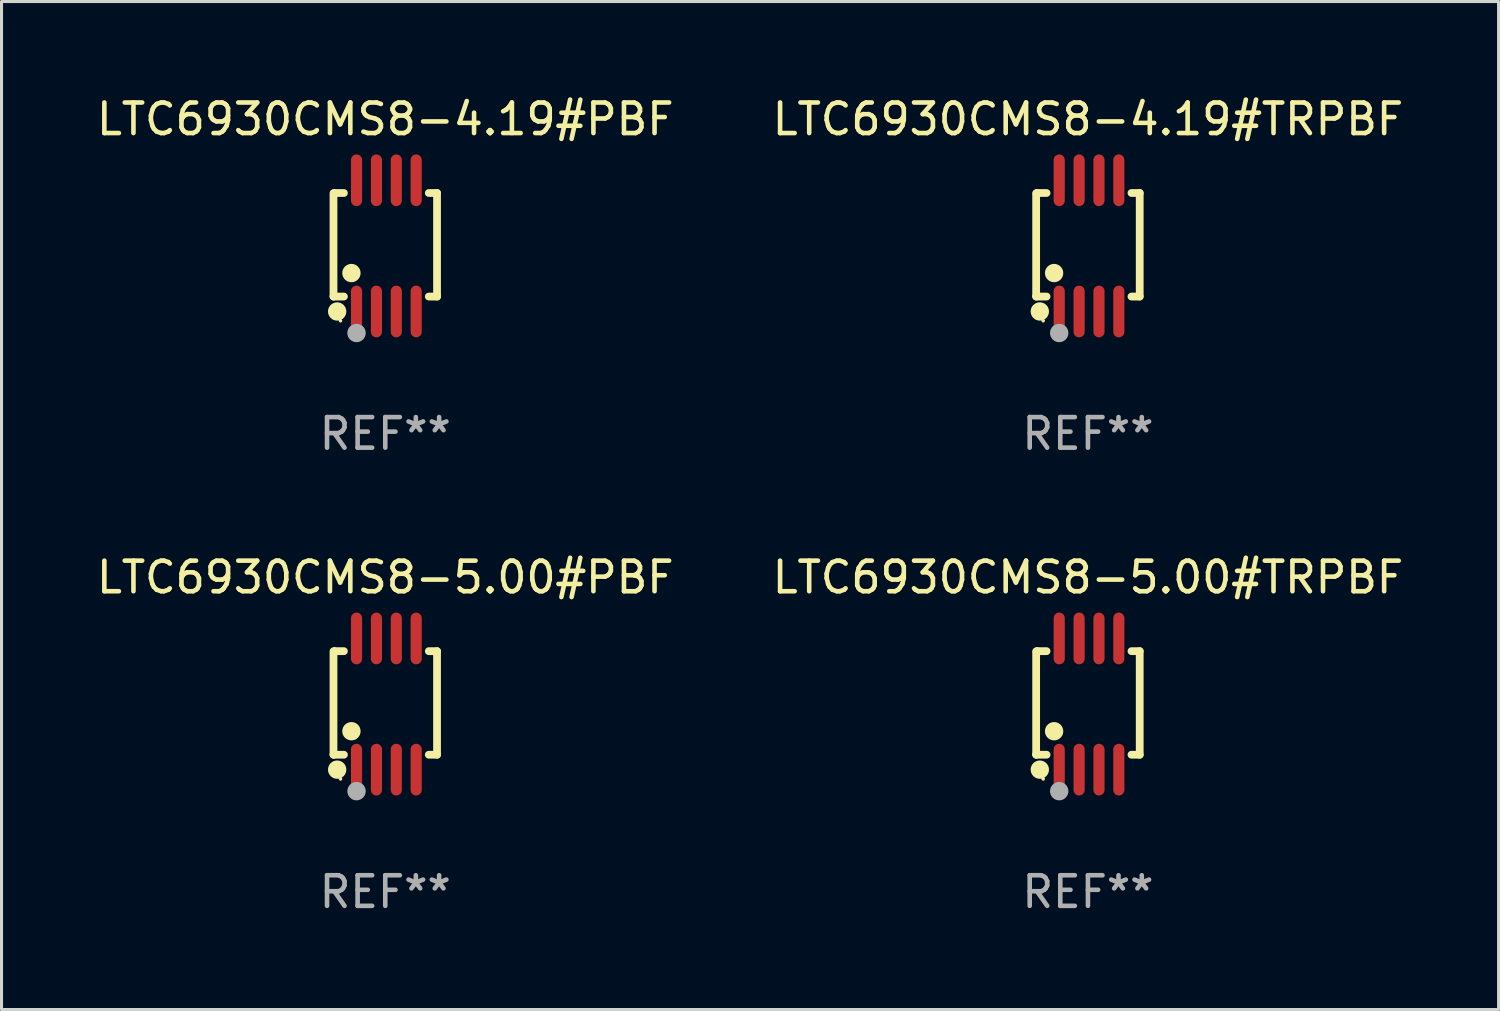
<source format=kicad_pcb>
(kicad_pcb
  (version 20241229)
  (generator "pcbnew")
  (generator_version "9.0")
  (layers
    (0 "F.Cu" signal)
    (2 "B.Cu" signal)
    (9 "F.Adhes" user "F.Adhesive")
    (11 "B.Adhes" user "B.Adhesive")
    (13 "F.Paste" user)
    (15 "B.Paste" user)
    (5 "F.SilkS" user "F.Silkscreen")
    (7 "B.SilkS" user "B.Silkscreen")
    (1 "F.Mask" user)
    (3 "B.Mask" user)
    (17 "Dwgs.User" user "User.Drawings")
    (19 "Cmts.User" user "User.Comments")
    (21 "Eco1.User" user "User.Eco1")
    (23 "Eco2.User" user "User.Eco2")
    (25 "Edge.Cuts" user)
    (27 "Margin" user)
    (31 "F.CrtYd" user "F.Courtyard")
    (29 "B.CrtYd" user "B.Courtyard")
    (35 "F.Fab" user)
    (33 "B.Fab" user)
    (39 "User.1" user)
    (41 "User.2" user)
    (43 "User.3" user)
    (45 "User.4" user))
  (footprint "LTC6930CMS8-4.19#PBF"
    (layer "F.Cu")
    (at 9.554 4.994)
    (property "Reference" "LTC6930CMS8-4.19#PBF" (at 0 -4.146 0) (layer "F.SilkS") (effects (font (size 1 1) (thickness 0.15))))
    (attr through_hole)
    (fp_line (start -1.694 -1.724) (end -1.694 1.652) (stroke (width 0.254) (type solid)) (layer "F.SilkS"))
    (fp_line (start -1.694 1.652) (end -1.688 1.658) (stroke (width 0.254) (type solid)) (layer "F.SilkS"))
    (fp_line (start -1.688 1.658) (end -1.353 1.658) (stroke (width 0.254) (type solid)) (layer "F.SilkS"))
    (fp_line (start -1.661 -1.73) (end -1.681 -1.71) (stroke (width 0.254) (type solid)) (layer "F.SilkS"))
    (fp_line (start -1.353 -1.73) (end -1.661 -1.73) (stroke (width 0.254) (type solid)) (layer "F.SilkS"))
    (fp_line (start 1.424 1.658) (end 1.694 1.658) (stroke (width 0.254) (type solid)) (layer "F.SilkS"))
    (fp_line (start 1.694 -1.73) (end 1.424 -1.73) (stroke (width 0.254) (type solid)) (layer "F.SilkS"))
    (fp_line (start 1.694 1.658) (end 1.694 -1.73) (stroke (width 0.254) (type solid)) (layer "F.SilkS"))
    (fp_circle (center -1.574 2.146) (end -1.424 2.146) (stroke (width 0.3) (type solid)) (fill no) (layer "F.SilkS"))
    (fp_circle (center -1.464 2.45) (end -1.434 2.45) (stroke (width 0.06) (type solid)) (fill no) (layer "F.SilkS"))
    (fp_circle (center -1.107 0.889) (end -0.957 0.889) (stroke (width 0.3) (type solid)) (fill no) (layer "F.SilkS"))
    (fp_circle (center -0.94 2.85) (end -0.789 2.85) (stroke (width 0.3) (type solid)) (fill no) (layer "F.Fab"))
    (fp_text user "REF**" (at 0 6.146 0) (layer "F.Fab") (effects (font (size 1 1) (thickness 0.15))))
    (pad "1" smd oval (at -0.94 2.146) (size 0.364 1.692) (layers "F.Cu" "F.Mask" "F.Paste"))
    (pad "2" smd oval (at -0.289 2.146) (size 0.364 1.692) (layers "F.Cu" "F.Mask" "F.Paste"))
    (pad "3" smd oval (at 0.361 2.146) (size 0.364 1.692) (layers "F.Cu" "F.Mask" "F.Paste"))
    (pad "4" smd oval (at 1.011 2.146) (size 0.364 1.692) (layers "F.Cu" "F.Mask" "F.Paste"))
    (pad "5" smd oval (at 1.011 -2.146) (size 0.364 1.692) (layers "F.Cu" "F.Mask" "F.Paste"))
    (pad "6" smd oval (at 0.361 -2.146) (size 0.364 1.692) (layers "F.Cu" "F.Mask" "F.Paste"))
    (pad "7" smd oval (at -0.289 -2.146) (size 0.364 1.692) (layers "F.Cu" "F.Mask" "F.Paste"))
    (pad "8" smd oval (at -0.94 -2.146) (size 0.364 1.692) (layers "F.Cu" "F.Mask" "F.Paste")))
  (footprint "LTC6930CMS8-5.00#PBF"
    (layer "F.Cu")
    (at 9.554 19.983)
    (property "Reference" "LTC6930CMS8-5.00#PBF" (at 0 -4.146 0) (layer "F.SilkS") (effects (font (size 1 1) (thickness 0.15))))
    (attr through_hole)
    (fp_line (start -1.694 -1.724) (end -1.694 1.652) (stroke (width 0.254) (type solid)) (layer "F.SilkS"))
    (fp_line (start -1.694 1.652) (end -1.688 1.658) (stroke (width 0.254) (type solid)) (layer "F.SilkS"))
    (fp_line (start -1.688 1.658) (end -1.353 1.658) (stroke (width 0.254) (type solid)) (layer "F.SilkS"))
    (fp_line (start -1.661 -1.73) (end -1.681 -1.71) (stroke (width 0.254) (type solid)) (layer "F.SilkS"))
    (fp_line (start -1.353 -1.73) (end -1.661 -1.73) (stroke (width 0.254) (type solid)) (layer "F.SilkS"))
    (fp_line (start 1.424 1.658) (end 1.694 1.658) (stroke (width 0.254) (type solid)) (layer "F.SilkS"))
    (fp_line (start 1.694 -1.73) (end 1.424 -1.73) (stroke (width 0.254) (type solid)) (layer "F.SilkS"))
    (fp_line (start 1.694 1.658) (end 1.694 -1.73) (stroke (width 0.254) (type solid)) (layer "F.SilkS"))
    (fp_circle (center -1.574 2.146) (end -1.424 2.146) (stroke (width 0.3) (type solid)) (fill no) (layer "F.SilkS"))
    (fp_circle (center -1.464 2.45) (end -1.434 2.45) (stroke (width 0.06) (type solid)) (fill no) (layer "F.SilkS"))
    (fp_circle (center -1.107 0.889) (end -0.957 0.889) (stroke (width 0.3) (type solid)) (fill no) (layer "F.SilkS"))
    (fp_circle (center -0.94 2.85) (end -0.789 2.85) (stroke (width 0.3) (type solid)) (fill no) (layer "F.Fab"))
    (fp_text user "REF**" (at 0 6.146 0) (layer "F.Fab") (effects (font (size 1 1) (thickness 0.15))))
    (pad "1" smd oval (at -0.94 2.146) (size 0.364 1.692) (layers "F.Cu" "F.Mask" "F.Paste"))
    (pad "2" smd oval (at -0.289 2.146) (size 0.364 1.692) (layers "F.Cu" "F.Mask" "F.Paste"))
    (pad "3" smd oval (at 0.361 2.146) (size 0.364 1.692) (layers "F.Cu" "F.Mask" "F.Paste"))
    (pad "4" smd oval (at 1.011 2.146) (size 0.364 1.692) (layers "F.Cu" "F.Mask" "F.Paste"))
    (pad "5" smd oval (at 1.011 -2.146) (size 0.364 1.692) (layers "F.Cu" "F.Mask" "F.Paste"))
    (pad "6" smd oval (at 0.361 -2.146) (size 0.364 1.692) (layers "F.Cu" "F.Mask" "F.Paste"))
    (pad "7" smd oval (at -0.289 -2.146) (size 0.364 1.692) (layers "F.Cu" "F.Mask" "F.Paste"))
    (pad "8" smd oval (at -0.94 -2.146) (size 0.364 1.692) (layers "F.Cu" "F.Mask" "F.Paste")))
  (footprint "LTC6930CMS8-4.19#TRPBF"
    (layer "F.Cu")
    (at 32.542 4.994)
    (property "Reference" "LTC6930CMS8-4.19#TRPBF" (at 0 -4.146 0) (layer "F.SilkS") (effects (font (size 1 1) (thickness 0.15))))
    (attr through_hole)
    (fp_line (start -1.694 -1.724) (end -1.694 1.652) (stroke (width 0.254) (type solid)) (layer "F.SilkS"))
    (fp_line (start -1.694 1.652) (end -1.688 1.658) (stroke (width 0.254) (type solid)) (layer "F.SilkS"))
    (fp_line (start -1.688 1.658) (end -1.353 1.658) (stroke (width 0.254) (type solid)) (layer "F.SilkS"))
    (fp_line (start -1.661 -1.73) (end -1.681 -1.71) (stroke (width 0.254) (type solid)) (layer "F.SilkS"))
    (fp_line (start -1.353 -1.73) (end -1.661 -1.73) (stroke (width 0.254) (type solid)) (layer "F.SilkS"))
    (fp_line (start 1.424 1.658) (end 1.694 1.658) (stroke (width 0.254) (type solid)) (layer "F.SilkS"))
    (fp_line (start 1.694 -1.73) (end 1.424 -1.73) (stroke (width 0.254) (type solid)) (layer "F.SilkS"))
    (fp_line (start 1.694 1.658) (end 1.694 -1.73) (stroke (width 0.254) (type solid)) (layer "F.SilkS"))
    (fp_circle (center -1.574 2.146) (end -1.424 2.146) (stroke (width 0.3) (type solid)) (fill no) (layer "F.SilkS"))
    (fp_circle (center -1.464 2.45) (end -1.434 2.45) (stroke (width 0.06) (type solid)) (fill no) (layer "F.SilkS"))
    (fp_circle (center -1.107 0.889) (end -0.957 0.889) (stroke (width 0.3) (type solid)) (fill no) (layer "F.SilkS"))
    (fp_circle (center -0.94 2.85) (end -0.789 2.85) (stroke (width 0.3) (type solid)) (fill no) (layer "F.Fab"))
    (fp_text user "REF**" (at 0 6.146 0) (layer "F.Fab") (effects (font (size 1 1) (thickness 0.15))))
    (pad "1" smd oval (at -0.94 2.146) (size 0.364 1.692) (layers "F.Cu" "F.Mask" "F.Paste"))
    (pad "2" smd oval (at -0.289 2.146) (size 0.364 1.692) (layers "F.Cu" "F.Mask" "F.Paste"))
    (pad "3" smd oval (at 0.361 2.146) (size 0.364 1.692) (layers "F.Cu" "F.Mask" "F.Paste"))
    (pad "4" smd oval (at 1.011 2.146) (size 0.364 1.692) (layers "F.Cu" "F.Mask" "F.Paste"))
    (pad "5" smd oval (at 1.011 -2.146) (size 0.364 1.692) (layers "F.Cu" "F.Mask" "F.Paste"))
    (pad "6" smd oval (at 0.361 -2.146) (size 0.364 1.692) (layers "F.Cu" "F.Mask" "F.Paste"))
    (pad "7" smd oval (at -0.289 -2.146) (size 0.364 1.692) (layers "F.Cu" "F.Mask" "F.Paste"))
    (pad "8" smd oval (at -0.94 -2.146) (size 0.364 1.692) (layers "F.Cu" "F.Mask" "F.Paste")))
  (footprint "LTC6930CMS8-5.00#TRPBF"
    (layer "F.Cu")
    (at 32.542 19.983)
    (property "Reference" "LTC6930CMS8-5.00#TRPBF" (at 0 -4.146 0) (layer "F.SilkS") (effects (font (size 1 1) (thickness 0.15))))
    (attr through_hole)
    (fp_line (start -1.694 -1.724) (end -1.694 1.652) (stroke (width 0.254) (type solid)) (layer "F.SilkS"))
    (fp_line (start -1.694 1.652) (end -1.688 1.658) (stroke (width 0.254) (type solid)) (layer "F.SilkS"))
    (fp_line (start -1.688 1.658) (end -1.353 1.658) (stroke (width 0.254) (type solid)) (layer "F.SilkS"))
    (fp_line (start -1.661 -1.73) (end -1.681 -1.71) (stroke (width 0.254) (type solid)) (layer "F.SilkS"))
    (fp_line (start -1.353 -1.73) (end -1.661 -1.73) (stroke (width 0.254) (type solid)) (layer "F.SilkS"))
    (fp_line (start 1.424 1.658) (end 1.694 1.658) (stroke (width 0.254) (type solid)) (layer "F.SilkS"))
    (fp_line (start 1.694 -1.73) (end 1.424 -1.73) (stroke (width 0.254) (type solid)) (layer "F.SilkS"))
    (fp_line (start 1.694 1.658) (end 1.694 -1.73) (stroke (width 0.254) (type solid)) (layer "F.SilkS"))
    (fp_circle (center -1.574 2.146) (end -1.424 2.146) (stroke (width 0.3) (type solid)) (fill no) (layer "F.SilkS"))
    (fp_circle (center -1.464 2.45) (end -1.434 2.45) (stroke (width 0.06) (type solid)) (fill no) (layer "F.SilkS"))
    (fp_circle (center -1.107 0.889) (end -0.957 0.889) (stroke (width 0.3) (type solid)) (fill no) (layer "F.SilkS"))
    (fp_circle (center -0.94 2.85) (end -0.789 2.85) (stroke (width 0.3) (type solid)) (fill no) (layer "F.Fab"))
    (fp_text user "REF**" (at 0 6.146 0) (layer "F.Fab") (effects (font (size 1 1) (thickness 0.15))))
    (pad "1" smd oval (at -0.94 2.146) (size 0.364 1.692) (layers "F.Cu" "F.Mask" "F.Paste"))
    (pad "2" smd oval (at -0.289 2.146) (size 0.364 1.692) (layers "F.Cu" "F.Mask" "F.Paste"))
    (pad "3" smd oval (at 0.361 2.146) (size 0.364 1.692) (layers "F.Cu" "F.Mask" "F.Paste"))
    (pad "4" smd oval (at 1.011 2.146) (size 0.364 1.692) (layers "F.Cu" "F.Mask" "F.Paste"))
    (pad "5" smd oval (at 1.011 -2.146) (size 0.364 1.692) (layers "F.Cu" "F.Mask" "F.Paste"))
    (pad "6" smd oval (at 0.361 -2.146) (size 0.364 1.692) (layers "F.Cu" "F.Mask" "F.Paste"))
    (pad "7" smd oval (at -0.289 -2.146) (size 0.364 1.692) (layers "F.Cu" "F.Mask" "F.Paste"))
    (pad "8" smd oval (at -0.94 -2.146) (size 0.364 1.692) (layers "F.Cu" "F.Mask" "F.Paste")))
  (gr_rect
    (start -3 -3)
    (end 45.976 29.977)
    (stroke (width 0.1) (type default))
    (fill no)
    (layer "Edge.Cuts")))
</source>
